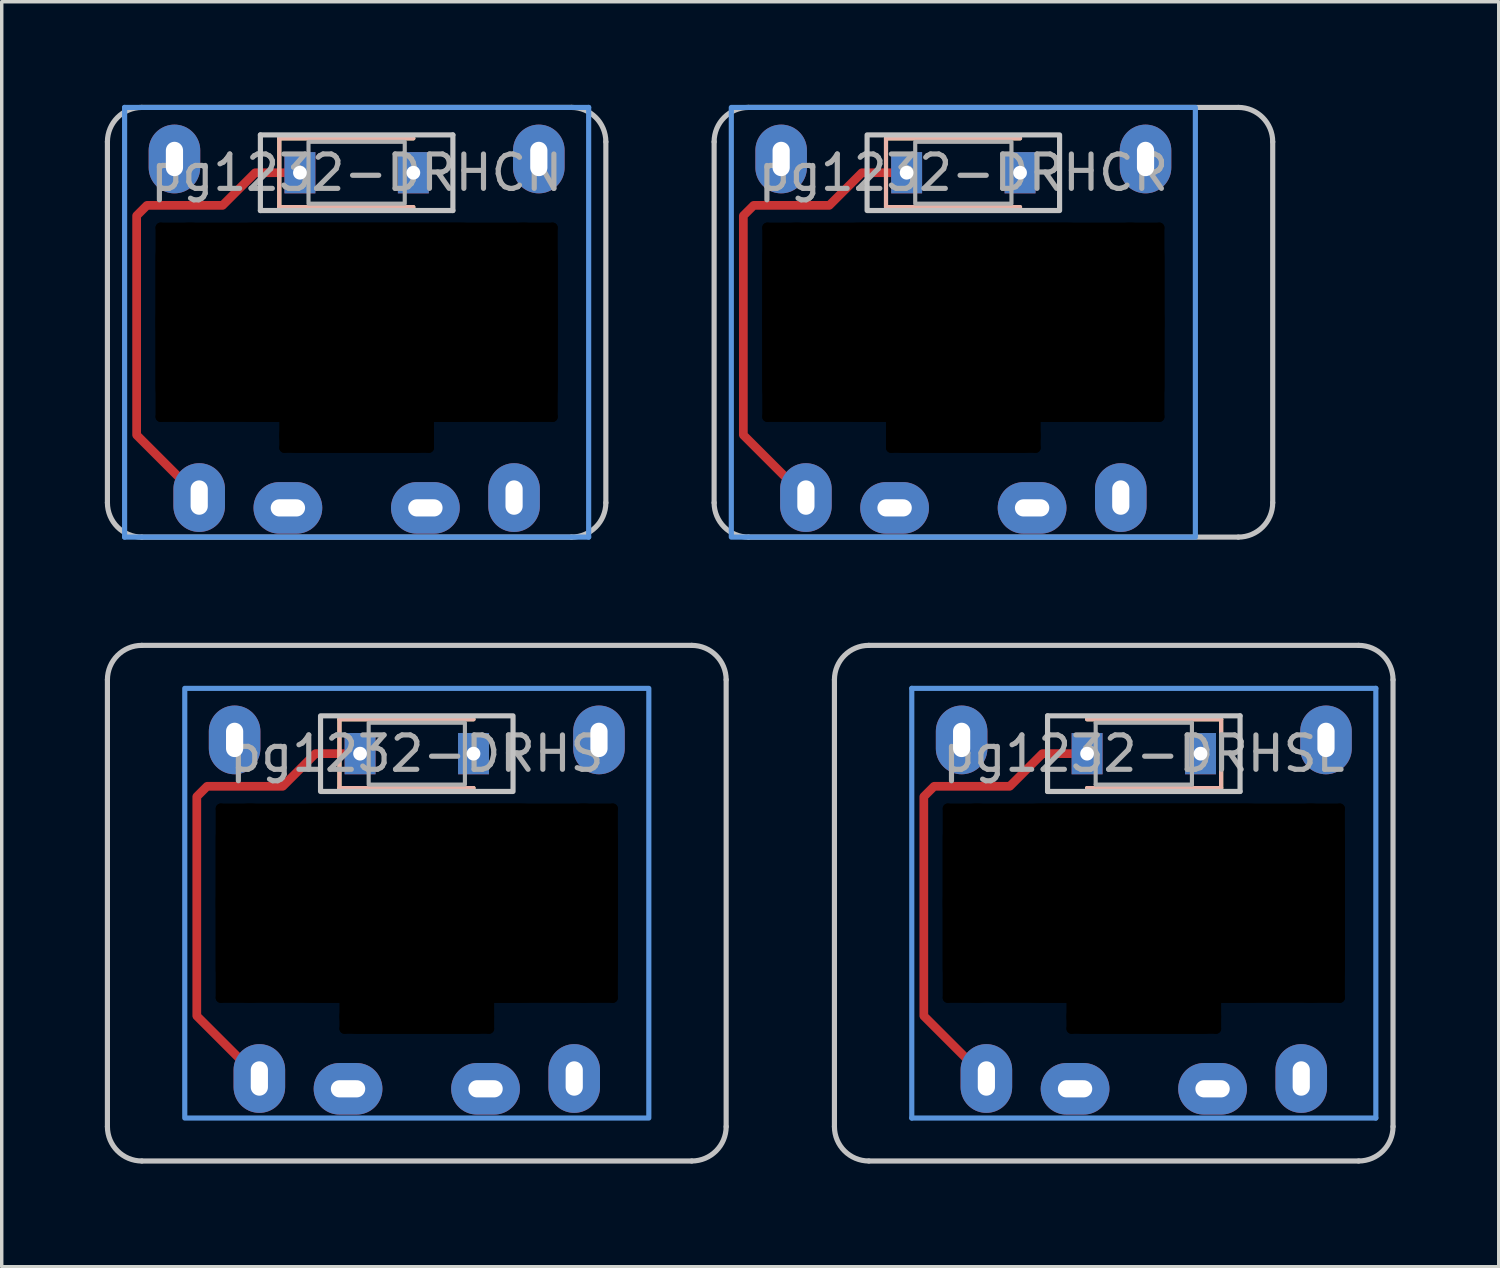
<source format=kicad_pcb>
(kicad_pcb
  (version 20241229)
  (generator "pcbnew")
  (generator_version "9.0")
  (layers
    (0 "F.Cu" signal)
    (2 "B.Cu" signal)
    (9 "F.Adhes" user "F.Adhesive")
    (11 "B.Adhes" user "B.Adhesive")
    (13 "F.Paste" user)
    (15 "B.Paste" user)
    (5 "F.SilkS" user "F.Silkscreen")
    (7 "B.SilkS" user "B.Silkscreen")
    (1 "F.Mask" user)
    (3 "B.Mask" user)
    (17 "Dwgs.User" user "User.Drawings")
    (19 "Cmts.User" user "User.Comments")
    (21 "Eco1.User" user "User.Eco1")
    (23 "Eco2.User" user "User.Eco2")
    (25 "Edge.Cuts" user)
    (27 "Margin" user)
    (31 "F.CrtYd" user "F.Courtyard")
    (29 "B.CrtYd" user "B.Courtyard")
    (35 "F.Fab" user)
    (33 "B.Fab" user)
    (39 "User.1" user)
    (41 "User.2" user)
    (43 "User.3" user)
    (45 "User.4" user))
  (footprint "pg1232-DRHSL"
    (layer "F.Cu")
    (at 30.225 18.875)
    (property "Reference" "pg1232-DRHSL" (at 0 0 0) (layer "F.Fab") (effects (font (size 1 1) (thickness 0.15))))
    (attr smd)
    (fp_line (start 2.25 -1) (end -1.65 -1) (stroke (width 0.12) (type solid)) (layer "F.SilkS"))
    (fp_line (start 2.25 -1) (end 2.25 1) (stroke (width 0.12) (type solid)) (layer "F.SilkS"))
    (fp_line (start 2.25 1) (end -1.65 1) (stroke (width 0.12) (type solid)) (layer "F.SilkS"))
    (fp_line (start 2.25 -1) (end -1.65 -1) (stroke (width 0.12) (type solid)) (layer "B.SilkS"))
    (fp_line (start 2.25 -1) (end 2.25 1) (stroke (width 0.12) (type solid)) (layer "B.SilkS"))
    (fp_line (start 2.25 1) (end -1.65 1) (stroke (width 0.12) (type solid)) (layer "B.SilkS"))
    (fp_line (start -9 10.85) (end -9 -2.15) (stroke (width 0.15) (type solid)) (layer "Dwgs.User"))
    (fp_line (start -8 -3.15) (end 6.25 -3.15) (stroke (width 0.15) (type solid)) (layer "Dwgs.User"))
    (fp_line (start -2.8 -1.1) (end -2.8 1.1) (stroke (width 0.15) (type solid)) (layer "Dwgs.User"))
    (fp_line (start -2.8 1.1) (end 2.8 1.1) (stroke (width 0.15) (type solid)) (layer "Dwgs.User"))
    (fp_line (start 2.8 -1.1) (end -2.8 -1.1) (stroke (width 0.15) (type solid)) (layer "Dwgs.User"))
    (fp_line (start 2.8 1.1) (end 2.8 -1.1) (stroke (width 0.15) (type solid)) (layer "Dwgs.User"))
    (fp_line (start 6.25 11.85) (end -8 11.85) (stroke (width 0.15) (type solid)) (layer "Dwgs.User"))
    (fp_line (start 7.25 -2.15) (end 7.25 10.85) (stroke (width 0.15) (type solid)) (layer "Dwgs.User"))
    (fp_arc (start -9 -2.15) (mid -8.707107 -2.857107) (end -8 -3.15) (stroke (width 0.15) (type solid)) (layer "Dwgs.User"))
    (fp_arc (start -8 11.85) (mid -8.707107 11.557107) (end -9 10.85) (stroke (width 0.15) (type solid)) (layer "Dwgs.User"))
    (fp_arc (start 6.25 -3.15) (mid 6.957107 -2.857107) (end 7.25 -2.15) (stroke (width 0.15) (type solid)) (layer "Dwgs.User"))
    (fp_arc (start 7.25 10.85) (mid 6.957107 11.557107) (end 6.25 11.85) (stroke (width 0.15) (type solid)) (layer "Dwgs.User"))
    (fp_line (start -6.75 -1.9) (end -6.75 10.6) (stroke (width 0.15) (type solid)) (layer "Cmts.User"))
    (fp_line (start -6.75 10.6) (end 6.75 10.6) (stroke (width 0.15) (type solid)) (layer "Cmts.User"))
    (fp_line (start 6.75 -1.9) (end -6.75 -1.9) (stroke (width 0.15) (type solid)) (layer "Cmts.User"))
    (fp_line (start 6.75 10.6) (end 6.75 -1.9) (stroke (width 0.15) (type solid)) (layer "Cmts.User"))
    (fp_line (start -1.4 -0.9) (end -1.4 0.9) (stroke (width 0.12) (type solid)) (layer "F.Fab"))
    (fp_line (start -1.4 0.9) (end 1.4 0.9) (stroke (width 0.12) (type solid)) (layer "F.Fab"))
    (fp_line (start 1.4 -0.9) (end -1.4 -0.9) (stroke (width 0.12) (type solid)) (layer "F.Fab"))
    (fp_line (start 1.4 0.9) (end 1.4 -0.9) (stroke (width 0.12) (type solid)) (layer "F.Fab"))
    (pad "" np_thru_hole oval (at -5.7 4.35 90) (size 5.8 0.3) (drill oval 5.8 0.3) (layers "*.Mask"))
    (pad "" thru_hole oval (at -5.3 -0.4 90) (size 2 1.5) (drill oval 1 0.5) (layers "*.Cu" "*.Mask"))
    (pad "" np_thru_hole oval (at -4.85 4.35) (size 2 5.8) (drill oval 2 5.8) (layers "*.Mask"))
    (pad "" thru_hole oval (at -4.58 9.45 90) (size 2 1.5) (drill oval 1 0.5) (layers "*.Cu" "B.Mask"))
    (pad "" np_thru_hole oval (at -2.1 7.6 90) (size 1.1 0.3) (drill oval 1.1 0.3) (layers "*.Mask"))
    (pad "" smd custom (at -1.65 0) (size 0.254 0.254) (layers "F.Cu") (options (anchor circle)) (primitives (gr_line (start -4.75 7.63) (end -2.93 9.45) (width 0.254)) (gr_line (start 0 0) (end -1.3 0) (width 0.254)) (gr_line (start -1.3 0) (end -2.25 0.95) (width 0.254)) (gr_line (start -4.75 1.25) (end -4.75 7.63) (width 0.254)) (gr_line (start -2.25 0.95) (end -4.45 0.95) (width 0.254)) (gr_line (start -4.45 0.95) (end -4.75 1.25) (width 0.254))))
    (pad "" thru_hole rect (at -1.65 0) (size 0.9 1.2) (drill 0.4) (layers "*.Cu" "*.Mask"))
    (pad "" np_thru_hole oval (at 0 1.6) (size 11.7 0.3) (drill oval 11.7 0.3) (layers "*.Mask"))
    (pad "" np_thru_hole oval (at 0 4.35) (size 11.7 5.8) (drill oval 11.7 5.8) (layers "*.Mask"))
    (pad "" np_thru_hole oval (at 0 7.1) (size 11.7 0.3) (drill oval 11.7 0.3) (layers "*.Mask"))
    (pad "" np_thru_hole oval (at 0 7.65) (size 4.5 1) (drill oval 4.5 1) (layers "*.Mask"))
    (pad "" np_thru_hole oval (at 0 8) (size 4.5 0.3) (drill oval 4.5 0.3) (layers "*.Mask"))
    (pad "" np_thru_hole oval (at 2.1 7.6 90) (size 1.1 0.3) (drill oval 1.1 0.3) (layers "*.Mask"))
    (pad "" thru_hole oval (at 4.58 9.45 90) (size 2 1.5) (drill oval 1 0.5) (layers "*.Cu" "F.Mask"))
    (pad "" np_thru_hole oval (at 4.85 4.35) (size 2 5.8) (drill oval 2 5.8) (layers "*.Mask"))
    (pad "" thru_hole oval (at 5.3 -0.4 90) (size 2 1.5) (drill oval 1 0.5) (layers "*.Cu" "*.Mask"))
    (pad "" np_thru_hole oval (at 5.7 4.35 90) (size 5.8 0.3) (drill oval 5.8 0.3) (layers "*.Mask"))
    (pad "1" thru_hole oval (at -2 9.75) (size 2 1.5) (drill oval 1 0.5) (layers "*.Cu" "F.Mask"))
    (pad "1" thru_hole oval (at 2 9.75) (size 2 1.5) (drill oval 1 0.5) (layers "*.Cu" "B.Mask"))
    (pad "2" thru_hole rect (at 1.65 0) (size 0.9 1.2) (drill 0.4) (layers "*.Cu" "*.Mask")))
  (footprint "pg1232-DRHCN"
    (layer "F.Cu")
    (at 7.325 1.975)
    (property "Reference" "pg1232-DRHCN" (at 0 0 0) (layer "F.Fab") (effects (font (size 1 1) (thickness 0.15))))
    (attr smd)
    (fp_line (start -2.25 -1) (end -2.25 1) (stroke (width 0.12) (type solid)) (layer "F.SilkS"))
    (fp_line (start -2.25 1) (end 1.65 1) (stroke (width 0.12) (type solid)) (layer "F.SilkS"))
    (fp_line (start 1.65 -1) (end -2.25 -1) (stroke (width 0.12) (type solid)) (layer "F.SilkS"))
    (fp_line (start -2.25 -1) (end -2.25 1) (stroke (width 0.12) (type solid)) (layer "B.SilkS"))
    (fp_line (start -2.25 1) (end 1.65 1) (stroke (width 0.12) (type solid)) (layer "B.SilkS"))
    (fp_line (start 1.65 -1) (end -2.25 -1) (stroke (width 0.12) (type solid)) (layer "B.SilkS"))
    (fp_line (start -7.25 9.6) (end -7.25 -0.9) (stroke (width 0.15) (type solid)) (layer "Dwgs.User"))
    (fp_line (start -6.25 -1.9) (end 6.25 -1.9) (stroke (width 0.15) (type solid)) (layer "Dwgs.User"))
    (fp_line (start -2.8 -1.1) (end -2.8 1.1) (stroke (width 0.15) (type solid)) (layer "Dwgs.User"))
    (fp_line (start -2.8 1.1) (end 2.8 1.1) (stroke (width 0.15) (type solid)) (layer "Dwgs.User"))
    (fp_line (start 2.8 -1.1) (end -2.8 -1.1) (stroke (width 0.15) (type solid)) (layer "Dwgs.User"))
    (fp_line (start 2.8 1.1) (end 2.8 -1.1) (stroke (width 0.15) (type solid)) (layer "Dwgs.User"))
    (fp_line (start 6.25 10.6) (end -6.25 10.6) (stroke (width 0.15) (type solid)) (layer "Dwgs.User"))
    (fp_line (start 7.25 -0.9) (end 7.25 9.6) (stroke (width 0.15) (type solid)) (layer "Dwgs.User"))
    (fp_arc (start -7.25 -0.9) (mid -6.957107 -1.607107) (end -6.25 -1.9) (stroke (width 0.15) (type solid)) (layer "Dwgs.User"))
    (fp_arc (start -6.25 10.6) (mid -6.957107 10.307107) (end -7.25 9.6) (stroke (width 0.15) (type solid)) (layer "Dwgs.User"))
    (fp_arc (start 6.25 -1.9) (mid 6.957107 -1.607107) (end 7.25 -0.9) (stroke (width 0.15) (type solid)) (layer "Dwgs.User"))
    (fp_arc (start 7.25 9.6) (mid 6.957107 10.307107) (end 6.25 10.6) (stroke (width 0.15) (type solid)) (layer "Dwgs.User"))
    (fp_line (start -6.75 -1.9) (end -6.75 10.6) (stroke (width 0.15) (type solid)) (layer "Cmts.User"))
    (fp_line (start -6.75 10.6) (end 6.75 10.6) (stroke (width 0.15) (type solid)) (layer "Cmts.User"))
    (fp_line (start 6.75 -1.9) (end -6.75 -1.9) (stroke (width 0.15) (type solid)) (layer "Cmts.User"))
    (fp_line (start 6.75 10.6) (end 6.75 -1.9) (stroke (width 0.15) (type solid)) (layer "Cmts.User"))
    (fp_rect (start 1.4 0.9) (end -1.4 -0.9) (stroke (width 0.12) (type solid)) (fill no) (layer "F.Fab"))
    (pad "" np_thru_hole oval (at -5.7 4.35 90) (size 5.8 0.3) (drill oval 5.8 0.3) (layers "*.Mask"))
    (pad "" np_thru_hole oval (at -4.85 4.35) (size 2 5.8) (drill oval 2 5.8) (layers "*.Mask"))
    (pad "" np_thru_hole oval (at -2.1 7.6 90) (size 1.1 0.3) (drill oval 1.1 0.3) (layers "*.Mask"))
    (pad "" np_thru_hole oval (at 0 1.6) (size 11.7 0.3) (drill oval 11.7 0.3) (layers "*.Mask"))
    (pad "" np_thru_hole oval (at 0 4.35) (size 11.7 5.8) (drill oval 11.7 5.8) (layers "*.Mask"))
    (pad "" np_thru_hole oval (at 0 7.1) (size 11.7 0.3) (drill oval 11.7 0.3) (layers "*.Mask"))
    (pad "" np_thru_hole oval (at 0 7.65) (size 4.5 1) (drill oval 4.5 1) (layers "*.Mask"))
    (pad "" np_thru_hole oval (at 0 8) (size 4.5 0.3) (drill oval 4.5 0.3) (layers "*.Mask"))
    (pad "" np_thru_hole oval (at 2.1 7.6 90) (size 1.1 0.3) (drill oval 1.1 0.3) (layers "*.Mask"))
    (pad "" np_thru_hole oval (at 4.85 4.35) (size 2 5.8) (drill oval 2 5.8) (layers "*.Mask"))
    (pad "" np_thru_hole oval (at 5.7 4.35 90) (size 5.8 0.3) (drill oval 5.8 0.3) (layers "*.Mask"))
    (pad "1" thru_hole oval (at -2 9.75) (size 2 1.5) (drill oval 1 0.5) (layers "*.Cu" "F.Mask"))
    (pad "1" thru_hole oval (at 2 9.75) (size 2 1.5) (drill oval 1 0.5) (layers "*.Cu" "B.Mask"))
    (pad "2" thru_hole rect (at 1.65 0) (size 0.9 1.2) (drill 0.4) (layers "*.Cu" "*.Mask"))
    (pad "3" thru_hole oval (at -4.58 9.45 90) (size 2 1.5) (drill oval 1 0.5) (layers "*.Cu" "B.Mask"))
    (pad "3" smd custom (at -1.65 0) (size 0.254 0.254) (layers "F.Cu") (options (anchor circle)) (primitives (gr_line (start 0 0) (end -1.3 0) (width 0.254)) (gr_line (start -1.3 0) (end -2.25 0.95) (width 0.254)) (gr_line (start -2.25 0.95) (end -4.45 0.95) (width 0.254)) (gr_line (start -4.45 0.95) (end -4.75 1.25) (width 0.254)) (gr_line (start -4.75 1.25) (end -4.75 7.63) (width 0.254)) (gr_line (start -4.75 7.63) (end -2.93 9.45) (width 0.254))))
    (pad "3" thru_hole rect (at -1.65 0) (size 0.9 1.2) (drill 0.4) (layers "*.Cu" "*.Mask"))
    (pad "3" thru_hole oval (at 4.58 9.45 90) (size 2 1.5) (drill oval 1 0.5) (layers "*.Cu" "F.Mask"))
    (pad "4" thru_hole oval (at 5.3 -0.4 90) (size 2 1.5) (drill oval 1 0.5) (layers "*.Cu" "*.Mask"))
    (pad "5" thru_hole oval (at -5.3 -0.4 90) (size 2 1.5) (drill oval 1 0.5) (layers "*.Cu" "*.Mask")))
  (footprint "pg1232-DRHCR"
    (layer "F.Cu")
    (at 24.975 1.975)
    (property "Reference" "pg1232-DRHCR" (at 0 0 0) (layer "F.Fab") (effects (font (size 1 1) (thickness 0.15))))
    (attr smd)
    (fp_line (start -2.25 -1) (end -2.25 1) (stroke (width 0.12) (type solid)) (layer "F.SilkS"))
    (fp_line (start -2.25 1) (end 1.65 1) (stroke (width 0.12) (type solid)) (layer "F.SilkS"))
    (fp_line (start 1.65 -1) (end -2.25 -1) (stroke (width 0.12) (type solid)) (layer "F.SilkS"))
    (fp_line (start -2.25 -1) (end -2.25 1) (stroke (width 0.12) (type solid)) (layer "B.SilkS"))
    (fp_line (start -2.25 1) (end 1.65 1) (stroke (width 0.12) (type solid)) (layer "B.SilkS"))
    (fp_line (start 1.65 -1) (end -2.25 -1) (stroke (width 0.12) (type solid)) (layer "B.SilkS"))
    (fp_line (start -7.25 9.6) (end -7.25 -0.9) (stroke (width 0.15) (type solid)) (layer "Dwgs.User"))
    (fp_line (start -6.25 -1.9) (end 8 -1.9) (stroke (width 0.15) (type solid)) (layer "Dwgs.User"))
    (fp_line (start 8 10.6) (end -6.25 10.6) (stroke (width 0.15) (type solid)) (layer "Dwgs.User"))
    (fp_line (start 9 -0.9) (end 9 9.6) (stroke (width 0.15) (type solid)) (layer "Dwgs.User"))
    (fp_rect (start 2.8 1.1) (end -2.8 -1.1) (stroke (width 0.15) (type solid)) (fill no) (layer "Dwgs.User"))
    (fp_arc (start -7.25 -0.9) (mid -6.957107 -1.607107) (end -6.25 -1.9) (stroke (width 0.15) (type solid)) (layer "Dwgs.User"))
    (fp_arc (start -6.25 10.6) (mid -6.957107 10.307107) (end -7.25 9.6) (stroke (width 0.15) (type solid)) (layer "Dwgs.User"))
    (fp_arc (start 8 -1.9) (mid 8.707107 -1.607107) (end 9 -0.9) (stroke (width 0.15) (type solid)) (layer "Dwgs.User"))
    (fp_arc (start 9 9.6) (mid 8.707107 10.307107) (end 8 10.6) (stroke (width 0.15) (type solid)) (layer "Dwgs.User"))
    (fp_rect (start 6.75 10.6) (end -6.75 -1.9) (stroke (width 0.15) (type solid)) (fill no) (layer "Cmts.User"))
    (fp_rect (start 1.4 0.9) (end -1.4 -0.9) (stroke (width 0.12) (type solid)) (fill no) (layer "F.Fab"))
    (pad "" np_thru_hole oval (at -5.7 4.35 90) (size 5.8 0.3) (drill oval 5.8 0.3) (layers "*.Mask"))
    (pad "" np_thru_hole oval (at -4.85 4.35) (size 2 5.8) (drill oval 2 5.8) (layers "*.Mask"))
    (pad "" np_thru_hole oval (at -2.1 7.6 90) (size 1.1 0.3) (drill oval 1.1 0.3) (layers "*.Mask"))
    (pad "" np_thru_hole oval (at 0 1.6) (size 11.7 0.3) (drill oval 11.7 0.3) (layers "*.Mask"))
    (pad "" np_thru_hole oval (at 0 4.35) (size 11.7 5.8) (drill oval 11.7 5.8) (layers "*.Mask"))
    (pad "" np_thru_hole oval (at 0 7.1) (size 11.7 0.3) (drill oval 11.7 0.3) (layers "*.Mask"))
    (pad "" np_thru_hole oval (at 0 7.65) (size 4.5 1) (drill oval 4.5 1) (layers "*.Mask"))
    (pad "" np_thru_hole oval (at 0 8) (size 4.5 0.3) (drill oval 4.5 0.3) (layers "*.Mask"))
    (pad "" np_thru_hole oval (at 2.1 7.6 90) (size 1.1 0.3) (drill oval 1.1 0.3) (layers "*.Mask"))
    (pad "" np_thru_hole oval (at 4.85 4.35) (size 2 5.8) (drill oval 2 5.8) (layers "*.Mask"))
    (pad "" np_thru_hole oval (at 5.7 4.35 90) (size 5.8 0.3) (drill oval 5.8 0.3) (layers "*.Mask"))
    (pad "1" thru_hole oval (at -2 9.75) (size 2 1.5) (drill oval 1 0.5) (layers "*.Cu" "F.Mask"))
    (pad "1" thru_hole oval (at 2 9.75) (size 2 1.5) (drill oval 1 0.5) (layers "*.Cu" "B.Mask"))
    (pad "2" thru_hole rect (at 1.65 0) (size 0.9 1.2) (drill 0.4) (layers "*.Cu" "*.Mask"))
    (pad "3" thru_hole oval (at -4.58 9.45 90) (size 2 1.5) (drill oval 1 0.5) (layers "*.Cu" "B.Mask"))
    (pad "3" smd custom (at -1.65 0) (size 0.254 0.254) (layers "F.Cu") (options (anchor circle)) (primitives (gr_line (start 0 0) (end -1.3 0) (width 0.254)) (gr_line (start -1.3 0) (end -2.25 0.95) (width 0.254)) (gr_line (start -2.25 0.95) (end -4.45 0.95) (width 0.254)) (gr_line (start -4.45 0.95) (end -4.75 1.25) (width 0.254)) (gr_line (start -4.75 1.25) (end -4.75 7.63) (width 0.254)) (gr_line (start -4.75 7.63) (end -2.93 9.45) (width 0.254))))
    (pad "3" thru_hole rect (at -1.65 0) (size 0.9 1.2) (drill 0.4) (layers "*.Cu" "*.Mask"))
    (pad "3" thru_hole oval (at 4.58 9.45 90) (size 2 1.5) (drill oval 1 0.5) (layers "*.Cu" "F.Mask"))
    (pad "4" thru_hole oval (at 5.3 -0.4 90) (size 2 1.5) (drill oval 1 0.5) (layers "*.Cu" "*.Mask"))
    (pad "5" thru_hole oval (at -5.3 -0.4 90) (size 2 1.5) (drill oval 1 0.5) (layers "*.Cu" "*.Mask")))
  (footprint "pg1232-DRHS"
    (layer "F.Cu")
    (at 9.075 18.875)
    (property "Reference" "pg1232-DRHS" (at 0 0 0) (layer "F.Fab") (effects (font (size 1 1) (thickness 0.15))))
    (attr smd)
    (fp_line (start -2.25 -1) (end -2.25 1) (stroke (width 0.12) (type solid)) (layer "F.SilkS"))
    (fp_line (start -2.25 1) (end 1.65 1) (stroke (width 0.12) (type solid)) (layer "F.SilkS"))
    (fp_line (start 1.65 -1) (end -2.25 -1) (stroke (width 0.12) (type solid)) (layer "F.SilkS"))
    (fp_line (start -2.25 -1) (end -2.25 1) (stroke (width 0.12) (type solid)) (layer "B.SilkS"))
    (fp_line (start -2.25 1) (end 1.65 1) (stroke (width 0.12) (type solid)) (layer "B.SilkS"))
    (fp_line (start 1.65 -1) (end -2.25 -1) (stroke (width 0.12) (type solid)) (layer "B.SilkS"))
    (fp_line (start -9 10.85) (end -9 -2.15) (stroke (width 0.15) (type solid)) (layer "Dwgs.User"))
    (fp_line (start -8 -3.15) (end 8 -3.15) (stroke (width 0.15) (type solid)) (layer "Dwgs.User"))
    (fp_line (start 8 11.85) (end -8 11.85) (stroke (width 0.15) (type solid)) (layer "Dwgs.User"))
    (fp_line (start 9 -2.15) (end 9 10.85) (stroke (width 0.15) (type solid)) (layer "Dwgs.User"))
    (fp_rect (start 2.8 1.1) (end -2.8 -1.1) (stroke (width 0.15) (type solid)) (fill no) (layer "Dwgs.User"))
    (fp_arc (start -9 -2.15) (mid -8.707107 -2.857107) (end -8 -3.15) (stroke (width 0.15) (type solid)) (layer "Dwgs.User"))
    (fp_arc (start -8 11.85) (mid -8.707107 11.557107) (end -9 10.85) (stroke (width 0.15) (type solid)) (layer "Dwgs.User"))
    (fp_arc (start 8 -3.15) (mid 8.707107 -2.857107) (end 9 -2.15) (stroke (width 0.15) (type solid)) (layer "Dwgs.User"))
    (fp_arc (start 9 10.85) (mid 8.707107 11.557107) (end 8 11.85) (stroke (width 0.15) (type solid)) (layer "Dwgs.User"))
    (fp_rect (start 6.75 10.6) (end -6.75 -1.9) (stroke (width 0.15) (type solid)) (fill no) (layer "Cmts.User"))
    (fp_rect (start 1.4 0.9) (end -1.4 -0.9) (stroke (width 0.12) (type solid)) (fill no) (layer "F.Fab"))
    (pad "" np_thru_hole oval (at -5.7 4.35 90) (size 5.8 0.3) (drill oval 5.8 0.3) (layers "*.Mask"))
    (pad "" np_thru_hole oval (at -4.85 4.35) (size 2 5.8) (drill oval 2 5.8) (layers "*.Mask"))
    (pad "" np_thru_hole oval (at -2.1 7.6 90) (size 1.1 0.3) (drill oval 1.1 0.3) (layers "*.Mask"))
    (pad "" np_thru_hole oval (at 0 1.6) (size 11.7 0.3) (drill oval 11.7 0.3) (layers "*.Mask"))
    (pad "" np_thru_hole oval (at 0 4.35) (size 11.7 5.8) (drill oval 11.7 5.8) (layers "*.Mask"))
    (pad "" np_thru_hole oval (at 0 7.1) (size 11.7 0.3) (drill oval 11.7 0.3) (layers "*.Mask"))
    (pad "" np_thru_hole oval (at 0 7.65) (size 4.5 1) (drill oval 4.5 1) (layers "*.Mask"))
    (pad "" np_thru_hole oval (at 0 8) (size 4.5 0.3) (drill oval 4.5 0.3) (layers "*.Mask"))
    (pad "" np_thru_hole oval (at 2.1 7.6 90) (size 1.1 0.3) (drill oval 1.1 0.3) (layers "*.Mask"))
    (pad "" np_thru_hole oval (at 4.85 4.35) (size 2 5.8) (drill oval 2 5.8) (layers "*.Mask"))
    (pad "" np_thru_hole oval (at 5.7 4.35 90) (size 5.8 0.3) (drill oval 5.8 0.3) (layers "*.Mask"))
    (pad "1" thru_hole oval (at -2 9.75) (size 2 1.5) (drill oval 1 0.5) (layers "*.Cu" "F.Mask"))
    (pad "1" thru_hole oval (at 2 9.75) (size 2 1.5) (drill oval 1 0.5) (layers "*.Cu" "B.Mask"))
    (pad "2" thru_hole rect (at 1.65 0) (size 0.9 1.2) (drill 0.4) (layers "*.Cu" "*.Mask"))
    (pad "3" thru_hole oval (at -4.58 9.45 90) (size 2 1.5) (drill oval 1 0.5) (layers "*.Cu" "B.Mask"))
    (pad "3" smd custom (at -1.65 0) (size 0.254 0.254) (layers "F.Cu") (options (anchor circle)) (primitives (gr_line (start 0 0) (end -1.3 0) (width 0.254)) (gr_line (start -1.3 0) (end -2.25 0.95) (width 0.254)) (gr_line (start -2.25 0.95) (end -4.45 0.95) (width 0.254)) (gr_line (start -4.45 0.95) (end -4.75 1.25) (width 0.254)) (gr_line (start -4.75 1.25) (end -4.75 7.63) (width 0.254)) (gr_line (start -4.75 7.63) (end -2.93 9.45) (width 0.254))))
    (pad "3" thru_hole rect (at -1.65 0) (size 0.9 1.2) (drill 0.4) (layers "*.Cu" "*.Mask"))
    (pad "3" thru_hole oval (at 4.58 9.45 90) (size 2 1.5) (drill oval 1 0.5) (layers "*.Cu" "F.Mask"))
    (pad "4" thru_hole oval (at 5.3 -0.4 90) (size 2 1.5) (drill oval 1 0.5) (layers "*.Cu" "*.Mask"))
    (pad "5" thru_hole oval (at -5.3 -0.4 90) (size 2 1.5) (drill oval 1 0.5) (layers "*.Cu" "*.Mask")))
  (gr_rect
    (start -3 -3)
    (end 40.55 33.8)
    (stroke (width 0.1) (type default))
    (fill no)
    (layer "Edge.Cuts")))
</source>
